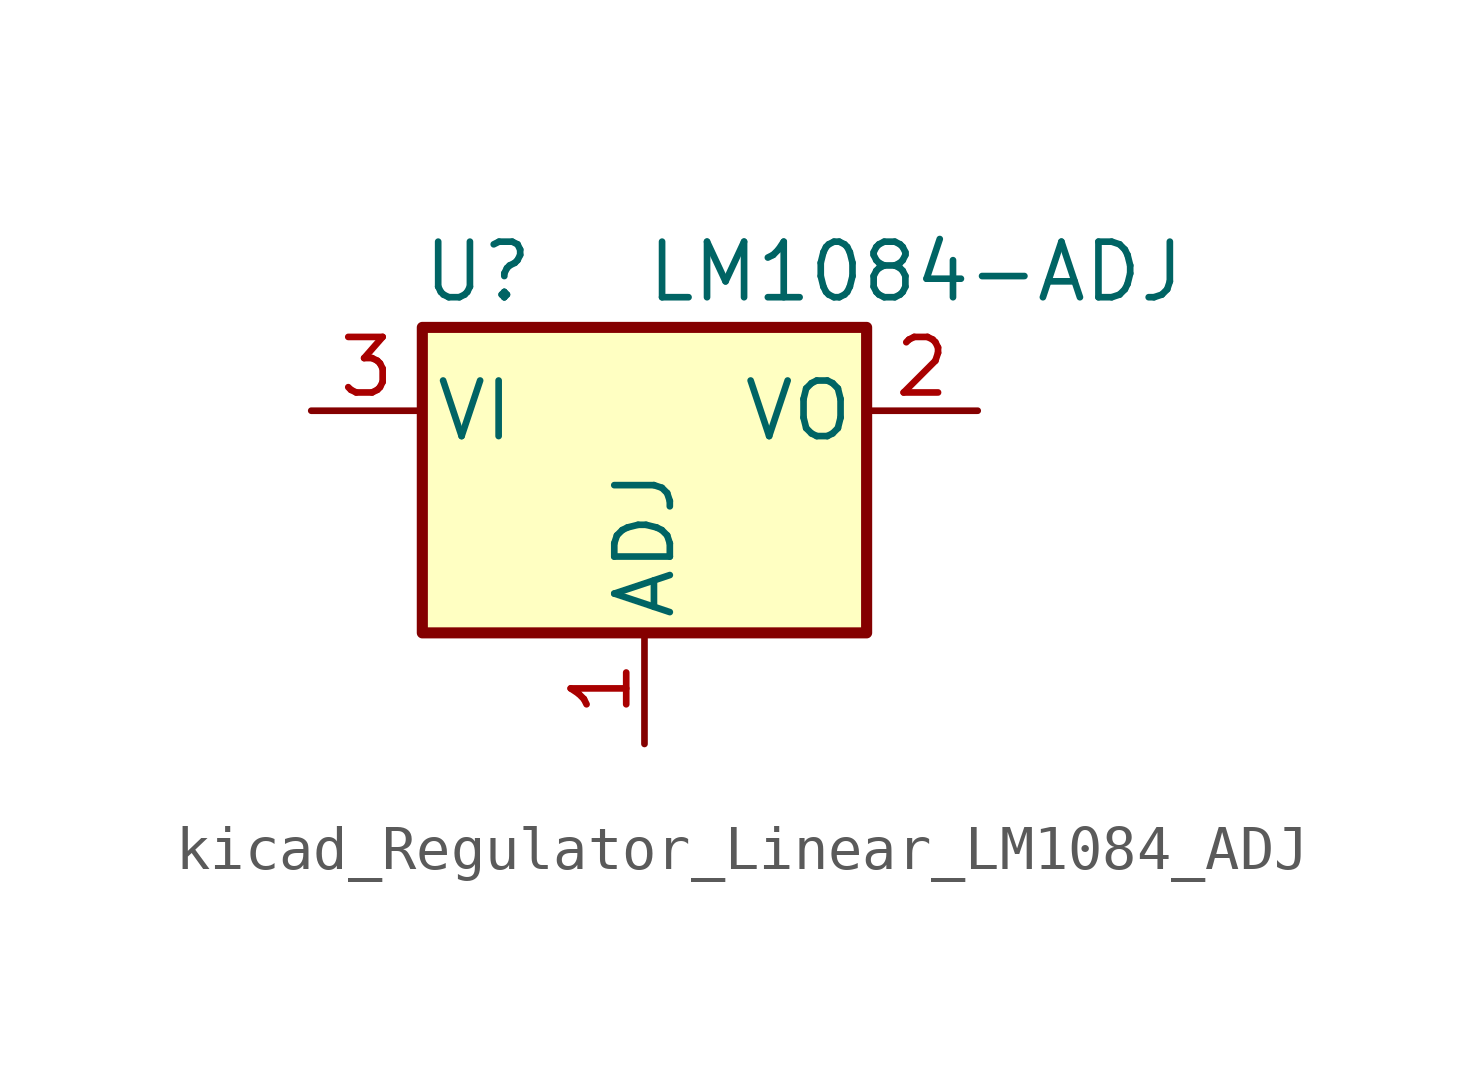
<source format=kicad_sym>
(kicad_symbol_lib
  (version 20220914)
  (generator kicad_symbol_editor)
  (symbol "kicad_Regulator_Linear_LM1084_ADJ"
    (pin_names
      (offset 0.254))
    (property "Reference" "U"
      (at -3.81 3.175 0)
      (effects (font (size 1.27 1.27))))
    (property "Value" "LM1084-ADJ"
      (at 0 3.175 0)
      (effects (font (size 1.27 1.27)) (justify left)))
    (symbol "kicad_Regulator_Linear_LM1084_ADJ_0_1"
      (rectangle (start -5.08 1.905) (end 5.08 -5.08) (stroke (width 0.254) (type default)) (fill (type background))))
    (symbol "kicad_Regulator_Linear_LM1084_ADJ_1_1"
      (pin input line (at 0 -7.62 90) (length 2.54) (name "ADJ" (effects (font (size 1.27 1.27)))) (number "1" (effects (font (size 1.27 1.27)))))
      (pin power_out line (at 7.62 0 180) (length 2.54) (name "VO" (effects (font (size 1.27 1.27)))) (number "2" (effects (font (size 1.27 1.27)))))
      (pin power_in line (at -7.62 0 0) (length 2.54) (name "VI" (effects (font (size 1.27 1.27)))) (number "3" (effects (font (size 1.27 1.27))))))))
</source>
